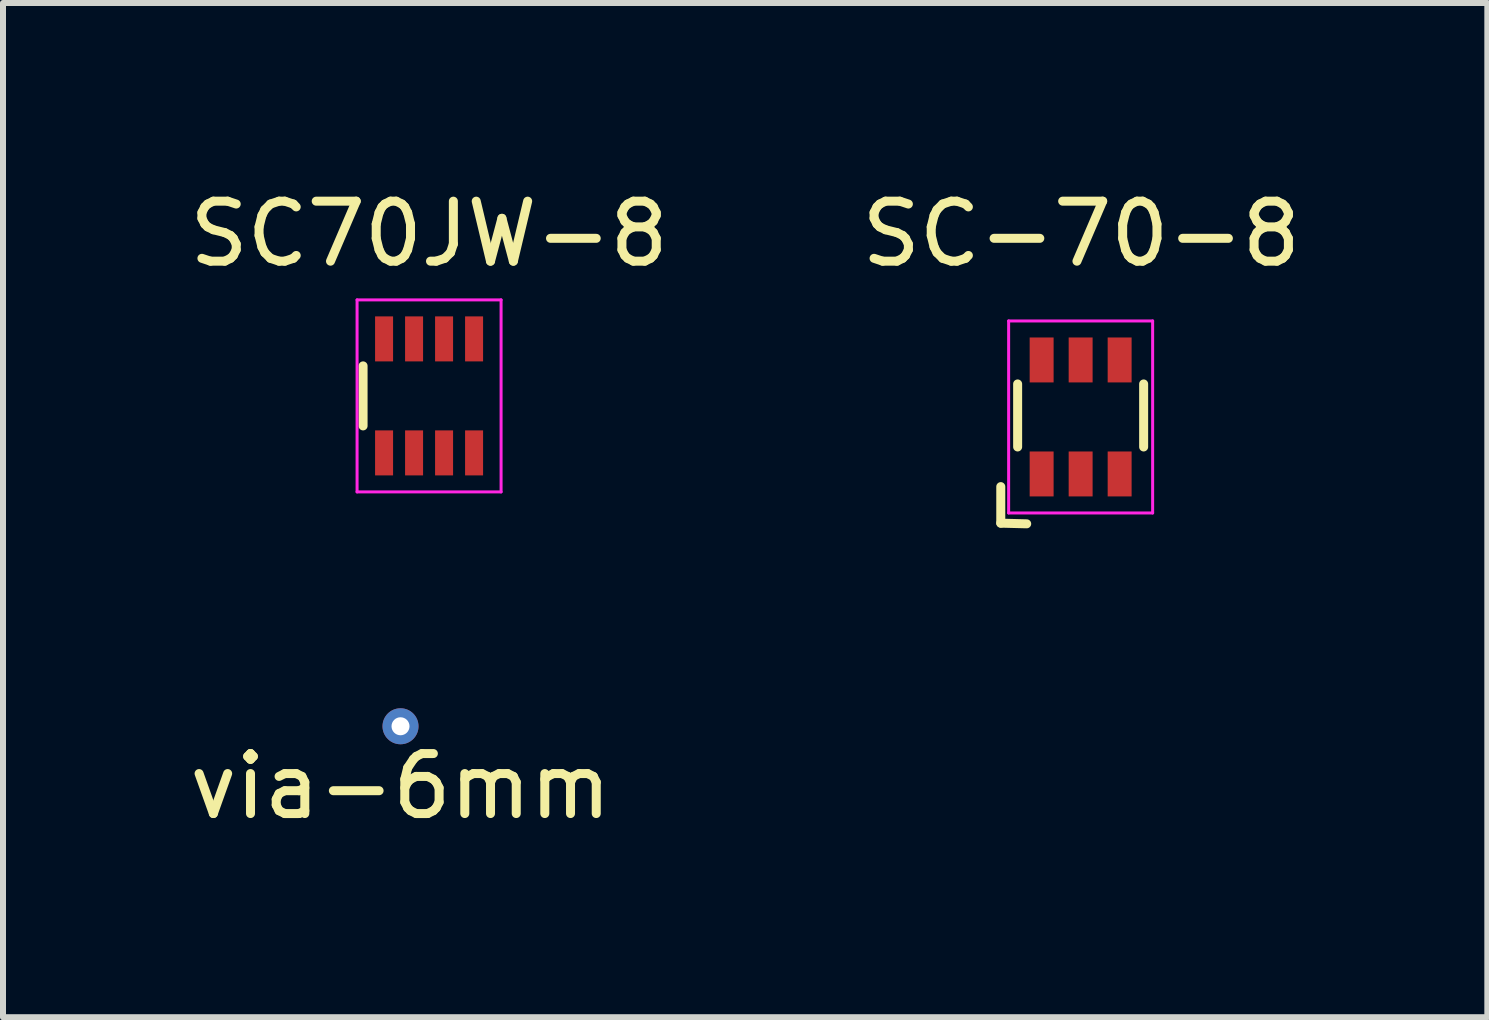
<source format=kicad_pcb>
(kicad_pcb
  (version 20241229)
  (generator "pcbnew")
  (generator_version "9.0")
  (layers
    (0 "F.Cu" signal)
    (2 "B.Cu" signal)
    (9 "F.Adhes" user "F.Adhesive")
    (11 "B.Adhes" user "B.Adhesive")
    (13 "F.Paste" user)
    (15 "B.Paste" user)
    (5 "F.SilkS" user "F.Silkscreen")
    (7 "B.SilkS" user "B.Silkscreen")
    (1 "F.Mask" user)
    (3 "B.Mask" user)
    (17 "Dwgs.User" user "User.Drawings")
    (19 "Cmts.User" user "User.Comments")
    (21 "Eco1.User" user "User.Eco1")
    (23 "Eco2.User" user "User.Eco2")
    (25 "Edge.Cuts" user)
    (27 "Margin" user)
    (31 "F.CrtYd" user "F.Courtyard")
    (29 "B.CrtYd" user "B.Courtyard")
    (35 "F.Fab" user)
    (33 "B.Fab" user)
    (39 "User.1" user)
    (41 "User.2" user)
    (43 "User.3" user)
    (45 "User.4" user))
  (footprint "SC70JW-8"
    (layer "F.Cu")
    (at 4.101 3.548)
    (property "Reference" "SC70JW-8" (at 0 -2.7 0) (layer "F.SilkS") (effects (font (size 1 1) (thickness 0.15))))
    (attr smd)
    (fp_line (start -1.1 -0.5) (end -1.1 0.5) (stroke (width 0.15) (type solid)) (layer "F.SilkS"))
    (fp_line (start -1.2 -1.6) (end 1.2 -1.6) (stroke (width 0.05) (type solid)) (layer "F.CrtYd"))
    (fp_line (start -1.2 1.6) (end -1.2 -1.6) (stroke (width 0.05) (type solid)) (layer "F.CrtYd"))
    (fp_line (start 1.2 -1.6) (end 1.2 1.6) (stroke (width 0.05) (type solid)) (layer "F.CrtYd"))
    (fp_line (start 1.2 1.6) (end -1.2 1.6) (stroke (width 0.05) (type solid)) (layer "F.CrtYd"))
    (pad "1" smd rect (at -0.75 0.95) (size 0.3 0.75) (layers "F.Cu" "F.Mask" "F.Paste"))
    (pad "2" smd rect (at -0.25 0.95) (size 0.3 0.75) (layers "F.Cu" "F.Mask" "F.Paste"))
    (pad "3" smd rect (at 0.25 0.95) (size 0.3 0.75) (layers "F.Cu" "F.Mask" "F.Paste"))
    (pad "4" smd rect (at 0.75 0.95) (size 0.3 0.75) (layers "F.Cu" "F.Mask" "F.Paste"))
    (pad "5" smd rect (at 0.75 -0.95) (size 0.3 0.75) (layers "F.Cu" "F.Mask" "F.Paste"))
    (pad "6" smd rect (at 0.25 -0.95) (size 0.3 0.75) (layers "F.Cu" "F.Mask" "F.Paste"))
    (pad "7" smd rect (at -0.25 -0.95) (size 0.3 0.75) (layers "F.Cu" "F.Mask" "F.Paste"))
    (pad "8" smd rect (at -0.75 -0.95) (size 0.3 0.75) (layers "F.Cu" "F.Mask" "F.Paste")))
  (footprint "SC-70-8"
    (layer "F.Cu")
    (at 14.96 3.899)
    (property "Reference" "SC-70-8" (at 0.01 -3.051 0) (layer "F.SilkS") (effects (font (size 1 1) (thickness 0.15))))
    (attr smd)
    (fp_line (start -1.331 1.161) (end -1.331 1.77) (stroke (width 0.15) (type solid)) (layer "F.SilkS"))
    (fp_line (start -1.331 1.77) (end -0.899 1.781) (stroke (width 0.15) (type solid)) (layer "F.SilkS"))
    (fp_line (start -1.05 -0.55) (end -1.05 0.5) (stroke (width 0.15) (type solid)) (layer "F.SilkS"))
    (fp_line (start 1.05 0.5) (end 1.05 -0.55) (stroke (width 0.15) (type solid)) (layer "F.SilkS"))
    (fp_line (start -1.2 -1.6) (end 1.2 -1.6) (stroke (width 0.05) (type solid)) (layer "F.CrtYd"))
    (fp_line (start -1.2 1.6) (end -1.2 -1.6) (stroke (width 0.05) (type solid)) (layer "F.CrtYd"))
    (fp_line (start 1.2 -1.6) (end 1.2 1.6) (stroke (width 0.05) (type solid)) (layer "F.CrtYd"))
    (fp_line (start 1.2 1.6) (end -1.2 1.6) (stroke (width 0.05) (type solid)) (layer "F.CrtYd"))
    (pad "1" smd rect (at -0.65 0.95) (size 0.399 0.749) (layers "F.Cu" "F.Mask" "F.Paste"))
    (pad "2" smd rect (at 0 0.95) (size 0.399 0.749) (layers "F.Cu" "F.Mask" "F.Paste"))
    (pad "3" smd rect (at 0.65 0.95) (size 0.399 0.749) (layers "F.Cu" "F.Mask" "F.Paste"))
    (pad "4" smd rect (at 0.65 -0.95) (size 0.399 0.749) (layers "F.Cu" "F.Mask" "F.Paste"))
    (pad "5" smd rect (at 0 -0.95) (size 0.399 0.749) (layers "F.Cu" "F.Mask" "F.Paste"))
    (pad "6" smd rect (at -0.65 -0.95) (size 0.399 0.749) (layers "F.Cu" "F.Mask" "F.Paste")))
  (footprint "via-6mm"
    (layer "F.Cu")
    (at 3.625 9.054)
    (property "Reference" "via-6mm" (at 0 1 0) (layer "F.SilkS") (effects (font (size 1 1) (thickness 0.15))))
    (attr through_hole)
    (pad "1" thru_hole circle (at 0 0) (size 0.6 0.6) (drill 0.3) (layers "*.Cu")))
  (gr_rect
    (start -3 -3)
    (end 21.738 13.903)
    (stroke (width 0.1) (type default))
    (fill no)
    (layer "Edge.Cuts")))
</source>
